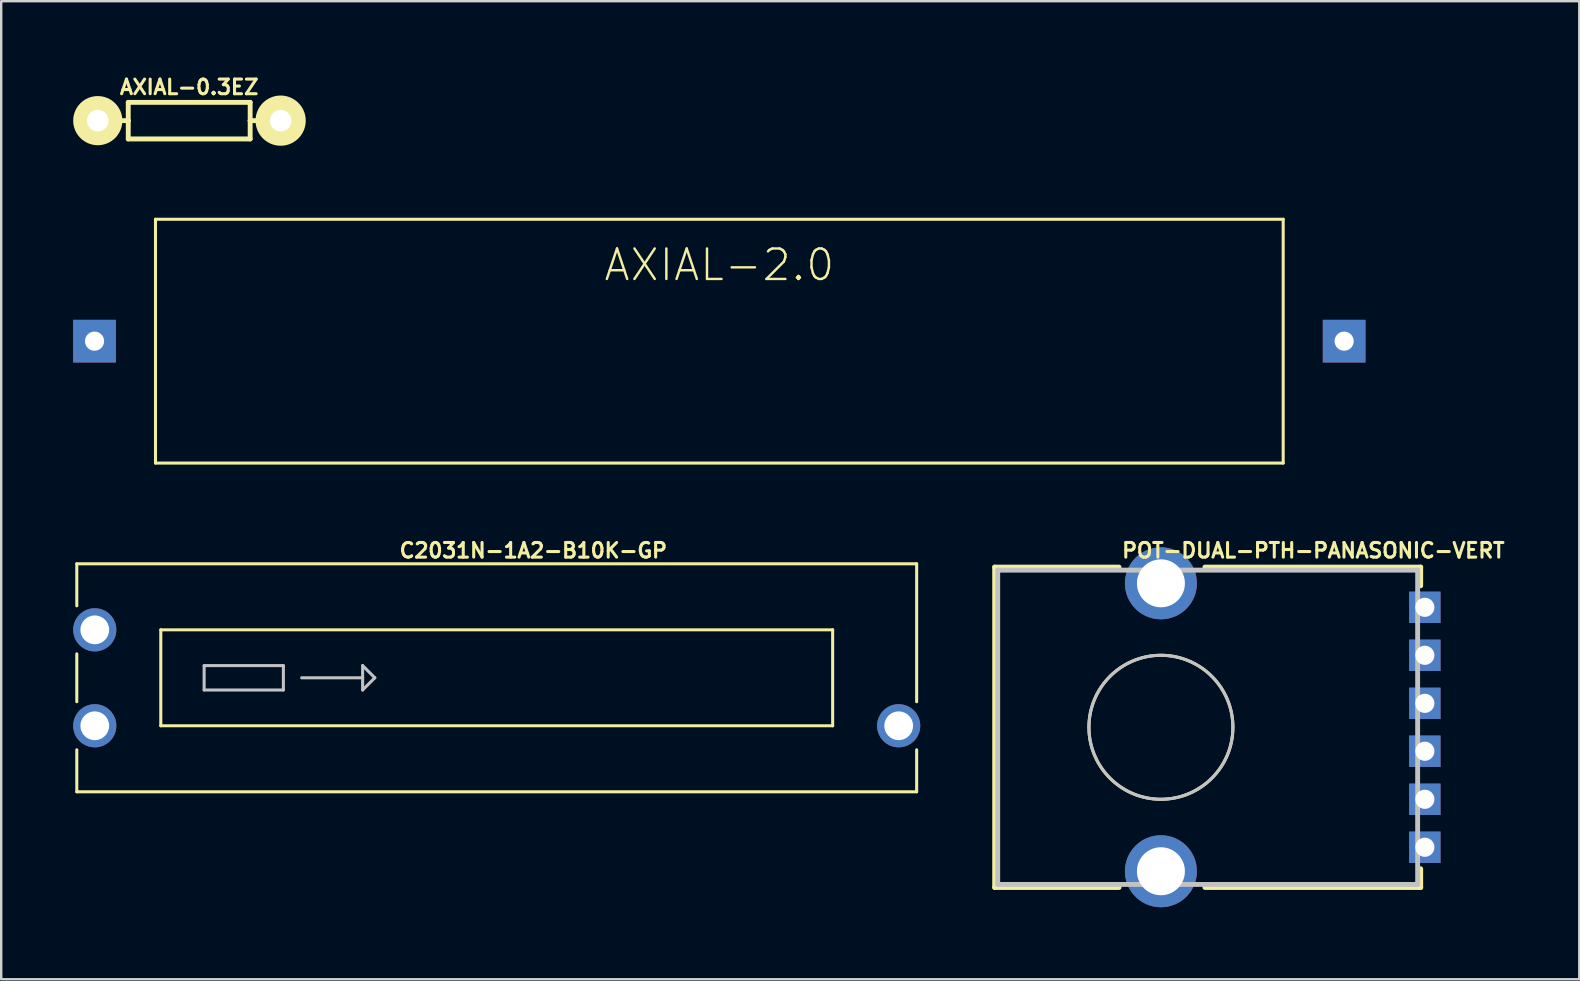
<source format=kicad_pcb>
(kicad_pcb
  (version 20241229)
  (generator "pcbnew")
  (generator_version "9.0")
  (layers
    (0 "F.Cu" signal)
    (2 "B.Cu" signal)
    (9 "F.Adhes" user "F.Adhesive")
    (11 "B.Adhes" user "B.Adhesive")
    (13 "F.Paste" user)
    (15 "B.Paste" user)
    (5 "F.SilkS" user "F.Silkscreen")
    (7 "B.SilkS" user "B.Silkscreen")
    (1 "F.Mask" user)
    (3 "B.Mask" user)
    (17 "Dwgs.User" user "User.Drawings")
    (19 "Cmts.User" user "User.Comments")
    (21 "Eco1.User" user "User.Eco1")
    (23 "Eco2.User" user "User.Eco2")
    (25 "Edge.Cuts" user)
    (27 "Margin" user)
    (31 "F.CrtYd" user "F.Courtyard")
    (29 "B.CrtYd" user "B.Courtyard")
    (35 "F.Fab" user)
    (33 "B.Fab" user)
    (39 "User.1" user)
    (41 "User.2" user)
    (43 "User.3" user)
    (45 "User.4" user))
  (footprint "POT-DUAL-PTH-PANASONIC-VERT"
    (layer "F.Cu")
    (at 45.324 27.255)
    (property "Reference" "POT-DUAL-PTH-PANASONIC-VERT" (at 6.35 -7.366 180) (layer "F.SilkS") (effects (font (size 0.61 0.61) (thickness 0.127))))
    (attr exclude_from_pos_files exclude_from_bom)
    (fp_line (start -6.927 6.675) (end -6.927 -6.675) (stroke (width 0.203) (type solid)) (layer "F.SilkS"))
    (fp_line (start -1.745 -6.675) (end -6.927 -6.675) (stroke (width 0.203) (type solid)) (layer "F.SilkS"))
    (fp_line (start -1.745 6.675) (end -6.927 6.675) (stroke (width 0.203) (type solid)) (layer "F.SilkS"))
    (fp_line (start 10.825 -6.675) (end 1.834 -6.675) (stroke (width 0.203) (type solid)) (layer "F.SilkS"))
    (fp_line (start 10.825 -6.675) (end 10.825 -5.895) (stroke (width 0.203) (type solid)) (layer "F.SilkS"))
    (fp_line (start 10.825 5.895) (end 10.825 6.675) (stroke (width 0.203) (type solid)) (layer "F.SilkS"))
    (fp_line (start 10.825 6.675) (end 1.834 6.675) (stroke (width 0.203) (type solid)) (layer "F.SilkS"))
    (fp_circle (center 0 0) (end 0 -3) (stroke (width 0.127) (type solid)) (fill no) (layer "F.SilkS"))
    (fp_line (start -6.8 -6.548) (end 10.698 -6.548) (stroke (width 0.203) (type solid)) (layer "Dwgs.User"))
    (fp_line (start -6.8 6.548) (end -6.8 -6.548) (stroke (width 0.203) (type solid)) (layer "Dwgs.User"))
    (fp_line (start 10.698 -6.548) (end 10.698 6.548) (stroke (width 0.203) (type solid)) (layer "Dwgs.User"))
    (fp_line (start 10.698 6.548) (end -6.8 6.548) (stroke (width 0.203) (type solid)) (layer "Dwgs.User"))
    (fp_circle (center 0 0) (end 0 -3) (stroke (width 0.127) (type solid)) (fill no) (layer "Dwgs.User"))
    (pad "A1" thru_hole rect (at 10.998 3) (size 1.306 1.306) (drill 0.798) (layers "*.Cu" "*.Paste" "*.Mask"))
    (pad "A2" thru_hole rect (at 10.998 4.999) (size 1.306 1.306) (drill 0.798) (layers "*.Cu" "*.Paste" "*.Mask"))
    (pad "A3" thru_hole rect (at 10.998 -4.999) (size 1.306 1.306) (drill 0.798) (layers "*.Cu" "*.Paste" "*.Mask"))
    (pad "B1" thru_hole rect (at 10.998 0.998) (size 1.306 1.306) (drill 0.798) (layers "*.Cu" "*.Paste" "*.Mask"))
    (pad "B2" thru_hole rect (at 10.998 -0.998) (size 1.306 1.306) (drill 0.798) (layers "*.Cu" "*.Paste" "*.Mask"))
    (pad "B3" thru_hole rect (at 10.998 -3) (size 1.306 1.306) (drill 0.798) (layers "*.Cu" "*.Paste" "*.Mask"))
    (pad "P$4" thru_hole circle (at 0 5.999) (size 3 3) (drill 1.999) (layers "*.Cu" "*.Paste" "*.Mask"))
    (pad "P$5" thru_hole circle (at 0 -5.999) (size 3 3) (drill 1.999) (layers "*.Cu" "*.Paste" "*.Mask")))
  (footprint "AXIAL-0.3EZ"
    (layer "F.Cu")
    (at 4.834 1.977)
    (property "Reference" "AXIAL-0.3EZ" (at 0 -1.397 0) (layer "F.SilkS") (effects (font (size 0.61 0.61) (thickness 0.127))))
    (attr exclude_from_pos_files exclude_from_bom)
    (fp_line (start -2.54 -0.762) (end 2.54 -0.762) (stroke (width 0.203) (type solid)) (layer "F.SilkS"))
    (fp_line (start -2.54 0) (end -2.794 0) (stroke (width 0.203) (type solid)) (layer "F.SilkS"))
    (fp_line (start -2.54 0) (end -2.54 -0.762) (stroke (width 0.203) (type solid)) (layer "F.SilkS"))
    (fp_line (start -2.54 0.762) (end -2.54 0) (stroke (width 0.203) (type solid)) (layer "F.SilkS"))
    (fp_line (start 2.54 -0.762) (end 2.54 0) (stroke (width 0.203) (type solid)) (layer "F.SilkS"))
    (fp_line (start 2.54 0) (end 2.54 0.762) (stroke (width 0.203) (type solid)) (layer "F.SilkS"))
    (fp_line (start 2.54 0) (end 2.794 0) (stroke (width 0.203) (type solid)) (layer "F.SilkS"))
    (fp_line (start 2.54 0.762) (end -2.54 0.762) (stroke (width 0.203) (type solid)) (layer "F.SilkS"))
    (fp_circle (center -3.81 0) (end -3.81 -1.024) (stroke (width 0) (type solid)) (fill yes) (layer "F.SilkS"))
    (fp_circle (center -3.81 0) (end -3.81 -0.508) (stroke (width 0) (type solid)) (fill yes) (layer "F.SilkS"))
    (fp_circle (center 3.81 0) (end 3.81 -1.046) (stroke (width 0) (type solid)) (fill yes) (layer "F.SilkS"))
    (fp_circle (center 3.81 0) (end 3.81 -0.523) (stroke (width 0) (type solid)) (fill yes) (layer "F.SilkS"))
    (pad "P$1" thru_hole circle (at -3.81 0) (size 1.88 1.88) (drill 0.899) (layers "*.Cu" "*.Paste" "*.Mask"))
    (pad "P$2" thru_hole circle (at 3.81 0) (size 1.88 1.88) (drill 0.899) (layers "*.Cu" "*.Paste" "*.Mask")))
  (footprint "C2031N-1A2-B10K-GP"
    (layer "F.Cu")
    (at 17.648 25.193)
    (property "Reference" "C2031N-1A2-B10K-GP" (at 1.524 -5.304 0) (layer "F.SilkS") (effects (font (size 0.61 0.61) (thickness 0.127))))
    (attr exclude_from_pos_files exclude_from_bom)
    (fp_line (start -17.498 -4.75) (end -17.498 -3) (stroke (width 0.127) (type solid)) (layer "F.SilkS"))
    (fp_line (start -17.498 -0.998) (end -17.498 0.998) (stroke (width 0.127) (type solid)) (layer "F.SilkS"))
    (fp_line (start -17.498 4.75) (end -17.498 3) (stroke (width 0.127) (type solid)) (layer "F.SilkS"))
    (fp_line (start -17.498 4.75) (end 17.498 4.75) (stroke (width 0.127) (type solid)) (layer "F.SilkS"))
    (fp_line (start -13.998 -1.999) (end -13.998 1.999) (stroke (width 0.127) (type solid)) (layer "F.SilkS"))
    (fp_line (start -13.998 1.999) (end 13.998 1.999) (stroke (width 0.127) (type solid)) (layer "F.SilkS"))
    (fp_line (start 13.998 -1.999) (end -13.998 -1.999) (stroke (width 0.127) (type solid)) (layer "F.SilkS"))
    (fp_line (start 13.998 1.999) (end 13.998 -1.999) (stroke (width 0.127) (type solid)) (layer "F.SilkS"))
    (fp_line (start 17.498 -4.75) (end -17.498 -4.75) (stroke (width 0.127) (type solid)) (layer "F.SilkS"))
    (fp_line (start 17.498 0.998) (end 17.498 -4.75) (stroke (width 0.127) (type solid)) (layer "F.SilkS"))
    (fp_line (start 17.498 4.75) (end 17.498 3) (stroke (width 0.127) (type solid)) (layer "F.SilkS"))
    (fp_line (start -12.192 -0.508) (end -8.89 -0.508) (stroke (width 0.127) (type solid)) (layer "Dwgs.User"))
    (fp_line (start -12.192 0.508) (end -12.192 -0.508) (stroke (width 0.127) (type solid)) (layer "Dwgs.User"))
    (fp_line (start -8.89 -0.508) (end -8.89 0.508) (stroke (width 0.127) (type solid)) (layer "Dwgs.User"))
    (fp_line (start -8.89 0.508) (end -12.192 0.508) (stroke (width 0.127) (type solid)) (layer "Dwgs.User"))
    (fp_line (start -8.128 0) (end -5.588 0) (stroke (width 0.127) (type solid)) (layer "Dwgs.User"))
    (fp_line (start -5.588 -0.508) (end -5.588 0) (stroke (width 0.127) (type solid)) (layer "Dwgs.User"))
    (fp_line (start -5.588 0) (end -5.588 0.508) (stroke (width 0.127) (type solid)) (layer "Dwgs.User"))
    (fp_line (start -5.588 0.508) (end -5.08 0) (stroke (width 0.127) (type solid)) (layer "Dwgs.User"))
    (fp_line (start -5.08 0) (end -5.588 -0.508) (stroke (width 0.127) (type solid)) (layer "Dwgs.User"))
    (pad "1" thru_hole circle (at -16.749 -1.999) (size 1.798 1.798) (drill 1.199) (layers "*.Cu" "*.Paste" "*.Mask"))
    (pad "2" thru_hole circle (at -16.749 1.999) (size 1.798 1.798) (drill 1.199) (layers "*.Cu" "*.Paste" "*.Mask"))
    (pad "3" thru_hole circle (at 16.749 1.999) (size 1.798 1.798) (drill 1.199) (layers "*.Cu" "*.Paste" "*.Mask")))
  (footprint "AXIAL-2.0"
    (layer "F.Cu")
    (at 26.289 11.166)
    (property "Reference" "AXIAL-2.0" (at 0.635 -3.175 0) (layer "F.SilkS") (effects (font (size 1.27 1.27) (thickness 0.102))))
    (attr exclude_from_pos_files exclude_from_bom)
    (fp_line (start -22.86 -5.08) (end 24.13 -5.08) (stroke (width 0.127) (type solid)) (layer "F.SilkS"))
    (fp_line (start -22.86 5.08) (end -22.86 -5.08) (stroke (width 0.127) (type solid)) (layer "F.SilkS"))
    (fp_line (start 24.13 -5.08) (end 24.13 5.08) (stroke (width 0.127) (type solid)) (layer "F.SilkS"))
    (fp_line (start 24.13 5.08) (end -22.86 5.08) (stroke (width 0.127) (type solid)) (layer "F.SilkS"))
    (pad "P$1" thru_hole rect (at -25.4 0) (size 1.778 1.778) (drill 0.798) (layers "*.Cu" "*.Paste" "*.Mask"))
    (pad "P$2" thru_hole rect (at 26.67 0) (size 1.778 1.778) (drill 0.798) (layers "*.Cu" "*.Paste" "*.Mask")))
  (gr_rect
    (start -3 -3)
    (end 62.757 37.755)
    (stroke (width 0.1) (type default))
    (fill no)
    (layer "Edge.Cuts")))
</source>
